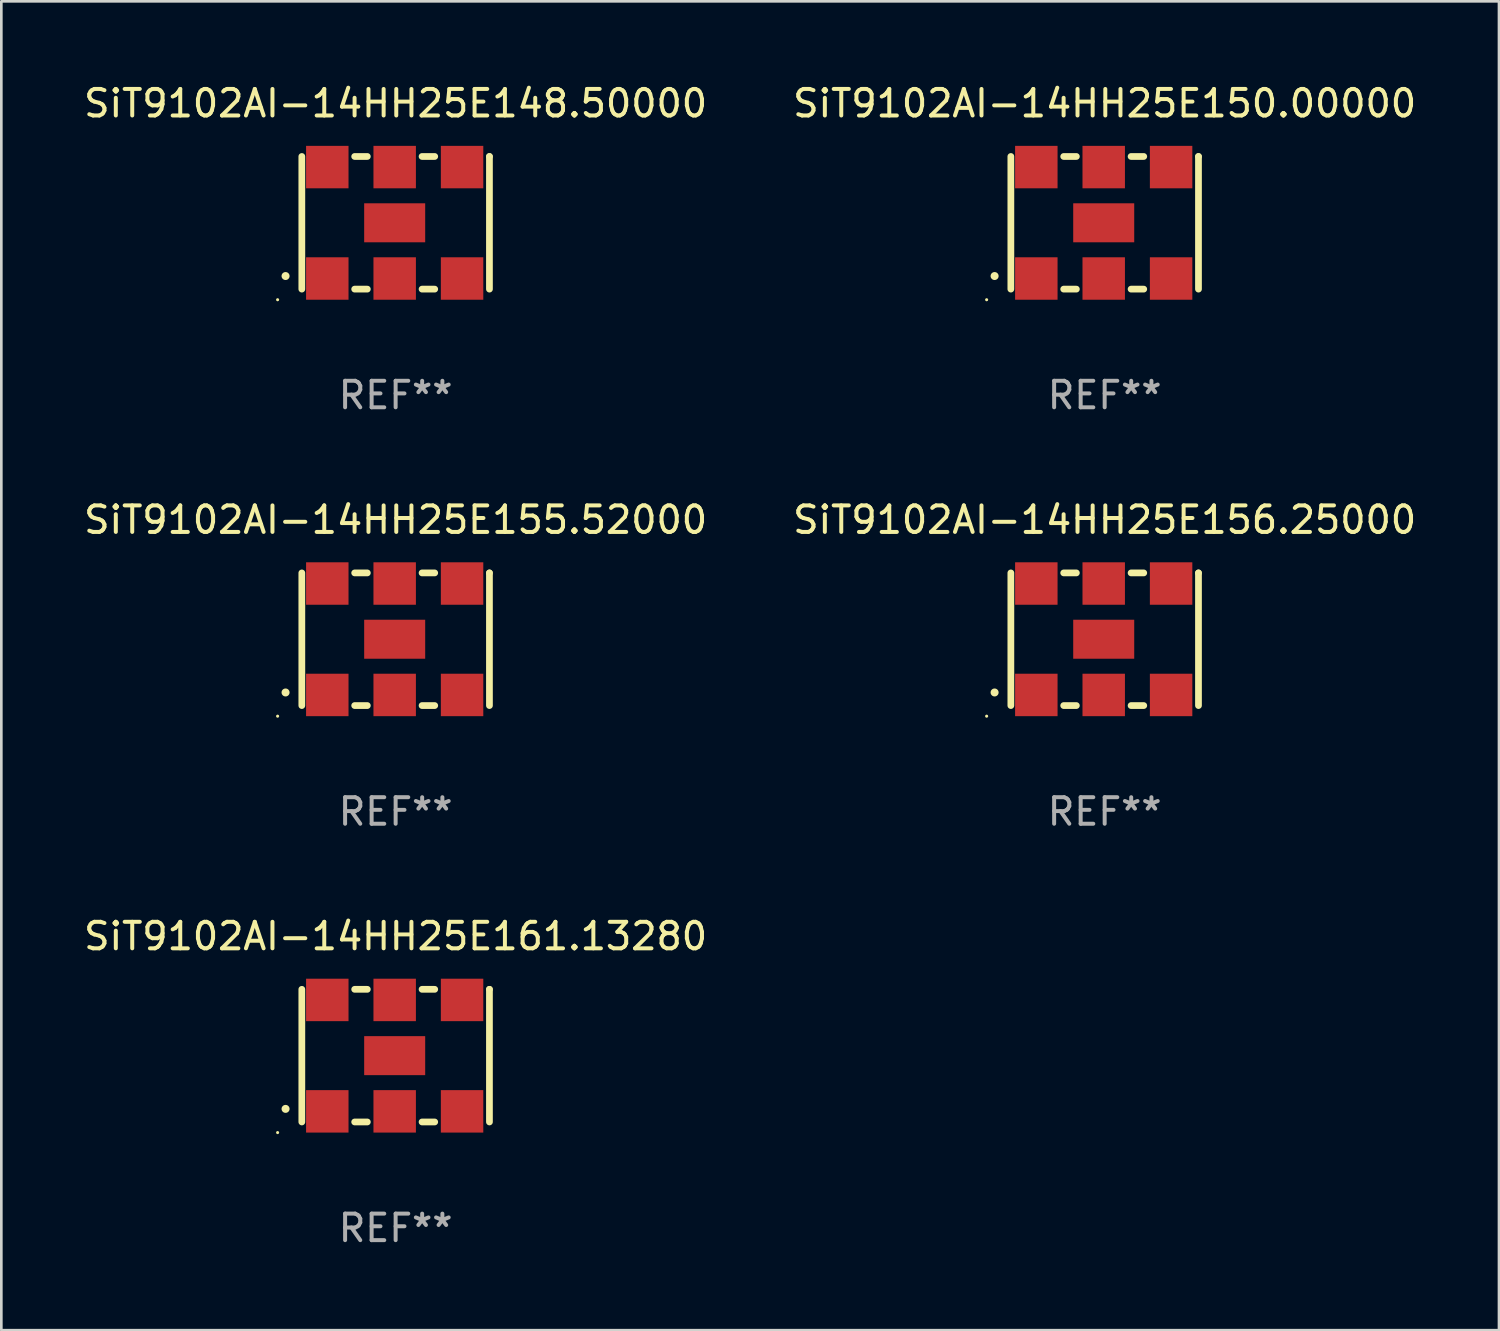
<source format=kicad_pcb>
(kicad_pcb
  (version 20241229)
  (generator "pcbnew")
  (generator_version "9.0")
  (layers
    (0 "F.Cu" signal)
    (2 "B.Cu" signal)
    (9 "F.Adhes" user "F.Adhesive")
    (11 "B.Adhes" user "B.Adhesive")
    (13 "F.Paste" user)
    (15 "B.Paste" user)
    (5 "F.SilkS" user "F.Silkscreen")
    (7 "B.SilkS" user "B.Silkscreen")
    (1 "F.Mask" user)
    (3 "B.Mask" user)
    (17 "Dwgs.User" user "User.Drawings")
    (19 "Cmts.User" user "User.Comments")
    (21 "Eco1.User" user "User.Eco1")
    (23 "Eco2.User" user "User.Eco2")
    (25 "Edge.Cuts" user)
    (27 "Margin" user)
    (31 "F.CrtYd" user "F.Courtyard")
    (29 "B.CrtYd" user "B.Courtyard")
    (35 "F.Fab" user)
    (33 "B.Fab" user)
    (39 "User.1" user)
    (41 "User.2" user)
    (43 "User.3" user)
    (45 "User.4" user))
  (footprint "SiT9102AI-14HH25E156.25000"
    (layer "F.Cu")
    (at 38.589 21.045)
    (property "Reference" "SiT9102AI-14HH25E156.25000" (at 0 -4.5 0) (layer "F.SilkS") (effects (font (size 1 1) (thickness 0.15))))
    (attr through_hole)
    (fp_line (start -3.536 -2.5) (end -3.536 2.5) (stroke (width 0.254) (type solid)) (layer "F.SilkS"))
    (fp_line (start -1.544 2.5) (end -1.067 2.5) (stroke (width 0.254) (type solid)) (layer "F.SilkS"))
    (fp_line (start -1.067 -2.5) (end -1.544 -2.5) (stroke (width 0.254) (type solid)) (layer "F.SilkS"))
    (fp_line (start 0.996 2.5) (end 1.473 2.5) (stroke (width 0.254) (type solid)) (layer "F.SilkS"))
    (fp_line (start 1.473 -2.5) (end 0.996 -2.5) (stroke (width 0.254) (type solid)) (layer "F.SilkS"))
    (fp_line (start 3.536 -2.5) (end 3.536 -2.5) (stroke (width 0.254) (type solid)) (layer "F.SilkS"))
    (fp_line (start 3.536 2.5) (end 3.536 -2.5) (stroke (width 0.254) (type solid)) (layer "F.SilkS"))
    (fp_arc (start -4.150432 2.006604) (mid -4.149162 2.006599) (end -4.147892 2.006604) (stroke (width 0.3) (type solid)) (layer "F.SilkS"))
    (fp_circle (center -4.449 2.9) (end -4.419 2.9) (stroke (width 0.06) (type solid)) (fill no) (layer "F.SilkS"))
    (fp_text user "REF**" (at 0 6.5 0) (layer "F.Fab") (effects (font (size 1 1) (thickness 0.15))))
    (pad "1" smd rect (at -2.576 2.1) (size 1.6 1.6) (layers "F.Cu" "F.Mask" "F.Paste"))
    (pad "2" smd rect (at -0.036 2.1) (size 1.6 1.6) (layers "F.Cu" "F.Mask" "F.Paste"))
    (pad "3" smd rect (at 2.504 2.1) (size 1.6 1.6) (layers "F.Cu" "F.Mask" "F.Paste"))
    (pad "4" smd rect (at 2.504 -2.1) (size 1.6 1.6) (layers "F.Cu" "F.Mask" "F.Paste"))
    (pad "5" smd rect (at -0.036 -2.1) (size 1.6 1.6) (layers "F.Cu" "F.Mask" "F.Paste"))
    (pad "6" smd rect (at -2.576 -2.1) (size 1.6 1.6) (layers "F.Cu" "F.Mask" "F.Paste"))
    (pad "7" smd rect (at -0.036 0) (size 2.3 1.47) (layers "F.Cu" "F.Mask" "F.Paste")))
  (footprint "SiT9102AI-14HH25E161.13280"
    (layer "F.Cu")
    (at 11.863 36.741)
    (property "Reference" "SiT9102AI-14HH25E161.13280" (at 0 -4.5 0) (layer "F.SilkS") (effects (font (size 1 1) (thickness 0.15))))
    (attr through_hole)
    (fp_line (start -3.536 -2.5) (end -3.536 2.5) (stroke (width 0.254) (type solid)) (layer "F.SilkS"))
    (fp_line (start -1.544 2.5) (end -1.067 2.5) (stroke (width 0.254) (type solid)) (layer "F.SilkS"))
    (fp_line (start -1.067 -2.5) (end -1.544 -2.5) (stroke (width 0.254) (type solid)) (layer "F.SilkS"))
    (fp_line (start 0.996 2.5) (end 1.473 2.5) (stroke (width 0.254) (type solid)) (layer "F.SilkS"))
    (fp_line (start 1.473 -2.5) (end 0.996 -2.5) (stroke (width 0.254) (type solid)) (layer "F.SilkS"))
    (fp_line (start 3.536 -2.5) (end 3.536 -2.5) (stroke (width 0.254) (type solid)) (layer "F.SilkS"))
    (fp_line (start 3.536 2.5) (end 3.536 -2.5) (stroke (width 0.254) (type solid)) (layer "F.SilkS"))
    (fp_arc (start -4.150432 2.006604) (mid -4.149162 2.006599) (end -4.147892 2.006604) (stroke (width 0.3) (type solid)) (layer "F.SilkS"))
    (fp_circle (center -4.449 2.9) (end -4.419 2.9) (stroke (width 0.06) (type solid)) (fill no) (layer "F.SilkS"))
    (fp_text user "REF**" (at 0 6.5 0) (layer "F.Fab") (effects (font (size 1 1) (thickness 0.15))))
    (pad "1" smd rect (at -2.576 2.1) (size 1.6 1.6) (layers "F.Cu" "F.Mask" "F.Paste"))
    (pad "2" smd rect (at -0.036 2.1) (size 1.6 1.6) (layers "F.Cu" "F.Mask" "F.Paste"))
    (pad "3" smd rect (at 2.504 2.1) (size 1.6 1.6) (layers "F.Cu" "F.Mask" "F.Paste"))
    (pad "4" smd rect (at 2.504 -2.1) (size 1.6 1.6) (layers "F.Cu" "F.Mask" "F.Paste"))
    (pad "5" smd rect (at -0.036 -2.1) (size 1.6 1.6) (layers "F.Cu" "F.Mask" "F.Paste"))
    (pad "6" smd rect (at -2.576 -2.1) (size 1.6 1.6) (layers "F.Cu" "F.Mask" "F.Paste"))
    (pad "7" smd rect (at -0.036 0) (size 2.3 1.47) (layers "F.Cu" "F.Mask" "F.Paste")))
  (footprint "SiT9102AI-14HH25E155.52000"
    (layer "F.Cu")
    (at 11.863 21.045)
    (property "Reference" "SiT9102AI-14HH25E155.52000" (at 0 -4.5 0) (layer "F.SilkS") (effects (font (size 1 1) (thickness 0.15))))
    (attr through_hole)
    (fp_line (start -3.536 -2.5) (end -3.536 2.5) (stroke (width 0.254) (type solid)) (layer "F.SilkS"))
    (fp_line (start -1.544 2.5) (end -1.067 2.5) (stroke (width 0.254) (type solid)) (layer "F.SilkS"))
    (fp_line (start -1.067 -2.5) (end -1.544 -2.5) (stroke (width 0.254) (type solid)) (layer "F.SilkS"))
    (fp_line (start 0.996 2.5) (end 1.473 2.5) (stroke (width 0.254) (type solid)) (layer "F.SilkS"))
    (fp_line (start 1.473 -2.5) (end 0.996 -2.5) (stroke (width 0.254) (type solid)) (layer "F.SilkS"))
    (fp_line (start 3.536 -2.5) (end 3.536 -2.5) (stroke (width 0.254) (type solid)) (layer "F.SilkS"))
    (fp_line (start 3.536 2.5) (end 3.536 -2.5) (stroke (width 0.254) (type solid)) (layer "F.SilkS"))
    (fp_arc (start -4.150432 2.006604) (mid -4.149162 2.006599) (end -4.147892 2.006604) (stroke (width 0.3) (type solid)) (layer "F.SilkS"))
    (fp_circle (center -4.449 2.9) (end -4.419 2.9) (stroke (width 0.06) (type solid)) (fill no) (layer "F.SilkS"))
    (fp_text user "REF**" (at 0 6.5 0) (layer "F.Fab") (effects (font (size 1 1) (thickness 0.15))))
    (pad "1" smd rect (at -2.576 2.1) (size 1.6 1.6) (layers "F.Cu" "F.Mask" "F.Paste"))
    (pad "2" smd rect (at -0.036 2.1) (size 1.6 1.6) (layers "F.Cu" "F.Mask" "F.Paste"))
    (pad "3" smd rect (at 2.504 2.1) (size 1.6 1.6) (layers "F.Cu" "F.Mask" "F.Paste"))
    (pad "4" smd rect (at 2.504 -2.1) (size 1.6 1.6) (layers "F.Cu" "F.Mask" "F.Paste"))
    (pad "5" smd rect (at -0.036 -2.1) (size 1.6 1.6) (layers "F.Cu" "F.Mask" "F.Paste"))
    (pad "6" smd rect (at -2.576 -2.1) (size 1.6 1.6) (layers "F.Cu" "F.Mask" "F.Paste"))
    (pad "7" smd rect (at -0.036 0) (size 2.3 1.47) (layers "F.Cu" "F.Mask" "F.Paste")))
  (footprint "SiT9102AI-14HH25E150.00000"
    (layer "F.Cu")
    (at 38.589 5.348)
    (property "Reference" "SiT9102AI-14HH25E150.00000" (at 0 -4.5 0) (layer "F.SilkS") (effects (font (size 1 1) (thickness 0.15))))
    (attr through_hole)
    (fp_line (start -3.536 -2.5) (end -3.536 2.5) (stroke (width 0.254) (type solid)) (layer "F.SilkS"))
    (fp_line (start -1.544 2.5) (end -1.067 2.5) (stroke (width 0.254) (type solid)) (layer "F.SilkS"))
    (fp_line (start -1.067 -2.5) (end -1.544 -2.5) (stroke (width 0.254) (type solid)) (layer "F.SilkS"))
    (fp_line (start 0.996 2.5) (end 1.473 2.5) (stroke (width 0.254) (type solid)) (layer "F.SilkS"))
    (fp_line (start 1.473 -2.5) (end 0.996 -2.5) (stroke (width 0.254) (type solid)) (layer "F.SilkS"))
    (fp_line (start 3.536 -2.5) (end 3.536 -2.5) (stroke (width 0.254) (type solid)) (layer "F.SilkS"))
    (fp_line (start 3.536 2.5) (end 3.536 -2.5) (stroke (width 0.254) (type solid)) (layer "F.SilkS"))
    (fp_arc (start -4.150432 2.006604) (mid -4.149162 2.006599) (end -4.147892 2.006604) (stroke (width 0.3) (type solid)) (layer "F.SilkS"))
    (fp_circle (center -4.449 2.9) (end -4.419 2.9) (stroke (width 0.06) (type solid)) (fill no) (layer "F.SilkS"))
    (fp_text user "REF**" (at 0 6.5 0) (layer "F.Fab") (effects (font (size 1 1) (thickness 0.15))))
    (pad "1" smd rect (at -2.576 2.1) (size 1.6 1.6) (layers "F.Cu" "F.Mask" "F.Paste"))
    (pad "2" smd rect (at -0.036 2.1) (size 1.6 1.6) (layers "F.Cu" "F.Mask" "F.Paste"))
    (pad "3" smd rect (at 2.504 2.1) (size 1.6 1.6) (layers "F.Cu" "F.Mask" "F.Paste"))
    (pad "4" smd rect (at 2.504 -2.1) (size 1.6 1.6) (layers "F.Cu" "F.Mask" "F.Paste"))
    (pad "5" smd rect (at -0.036 -2.1) (size 1.6 1.6) (layers "F.Cu" "F.Mask" "F.Paste"))
    (pad "6" smd rect (at -2.576 -2.1) (size 1.6 1.6) (layers "F.Cu" "F.Mask" "F.Paste"))
    (pad "7" smd rect (at -0.036 0) (size 2.3 1.47) (layers "F.Cu" "F.Mask" "F.Paste")))
  (footprint "SiT9102AI-14HH25E148.50000"
    (layer "F.Cu")
    (at 11.863 5.348)
    (property "Reference" "SiT9102AI-14HH25E148.50000" (at 0 -4.5 0) (layer "F.SilkS") (effects (font (size 1 1) (thickness 0.15))))
    (attr through_hole)
    (fp_line (start -3.536 -2.5) (end -3.536 2.5) (stroke (width 0.254) (type solid)) (layer "F.SilkS"))
    (fp_line (start -1.544 2.5) (end -1.067 2.5) (stroke (width 0.254) (type solid)) (layer "F.SilkS"))
    (fp_line (start -1.067 -2.5) (end -1.544 -2.5) (stroke (width 0.254) (type solid)) (layer "F.SilkS"))
    (fp_line (start 0.996 2.5) (end 1.473 2.5) (stroke (width 0.254) (type solid)) (layer "F.SilkS"))
    (fp_line (start 1.473 -2.5) (end 0.996 -2.5) (stroke (width 0.254) (type solid)) (layer "F.SilkS"))
    (fp_line (start 3.536 -2.5) (end 3.536 -2.5) (stroke (width 0.254) (type solid)) (layer "F.SilkS"))
    (fp_line (start 3.536 2.5) (end 3.536 -2.5) (stroke (width 0.254) (type solid)) (layer "F.SilkS"))
    (fp_arc (start -4.150432 2.006604) (mid -4.149162 2.006599) (end -4.147892 2.006604) (stroke (width 0.3) (type solid)) (layer "F.SilkS"))
    (fp_circle (center -4.449 2.9) (end -4.419 2.9) (stroke (width 0.06) (type solid)) (fill no) (layer "F.SilkS"))
    (fp_text user "REF**" (at 0 6.5 0) (layer "F.Fab") (effects (font (size 1 1) (thickness 0.15))))
    (pad "1" smd rect (at -2.576 2.1) (size 1.6 1.6) (layers "F.Cu" "F.Mask" "F.Paste"))
    (pad "2" smd rect (at -0.036 2.1) (size 1.6 1.6) (layers "F.Cu" "F.Mask" "F.Paste"))
    (pad "3" smd rect (at 2.504 2.1) (size 1.6 1.6) (layers "F.Cu" "F.Mask" "F.Paste"))
    (pad "4" smd rect (at 2.504 -2.1) (size 1.6 1.6) (layers "F.Cu" "F.Mask" "F.Paste"))
    (pad "5" smd rect (at -0.036 -2.1) (size 1.6 1.6) (layers "F.Cu" "F.Mask" "F.Paste"))
    (pad "6" smd rect (at -2.576 -2.1) (size 1.6 1.6) (layers "F.Cu" "F.Mask" "F.Paste"))
    (pad "7" smd rect (at -0.036 0) (size 2.3 1.47) (layers "F.Cu" "F.Mask" "F.Paste")))
  (gr_rect
    (start -3 -3)
    (end 53.452 47.09)
    (stroke (width 0.1) (type default))
    (fill no)
    (layer "Edge.Cuts")))
</source>
